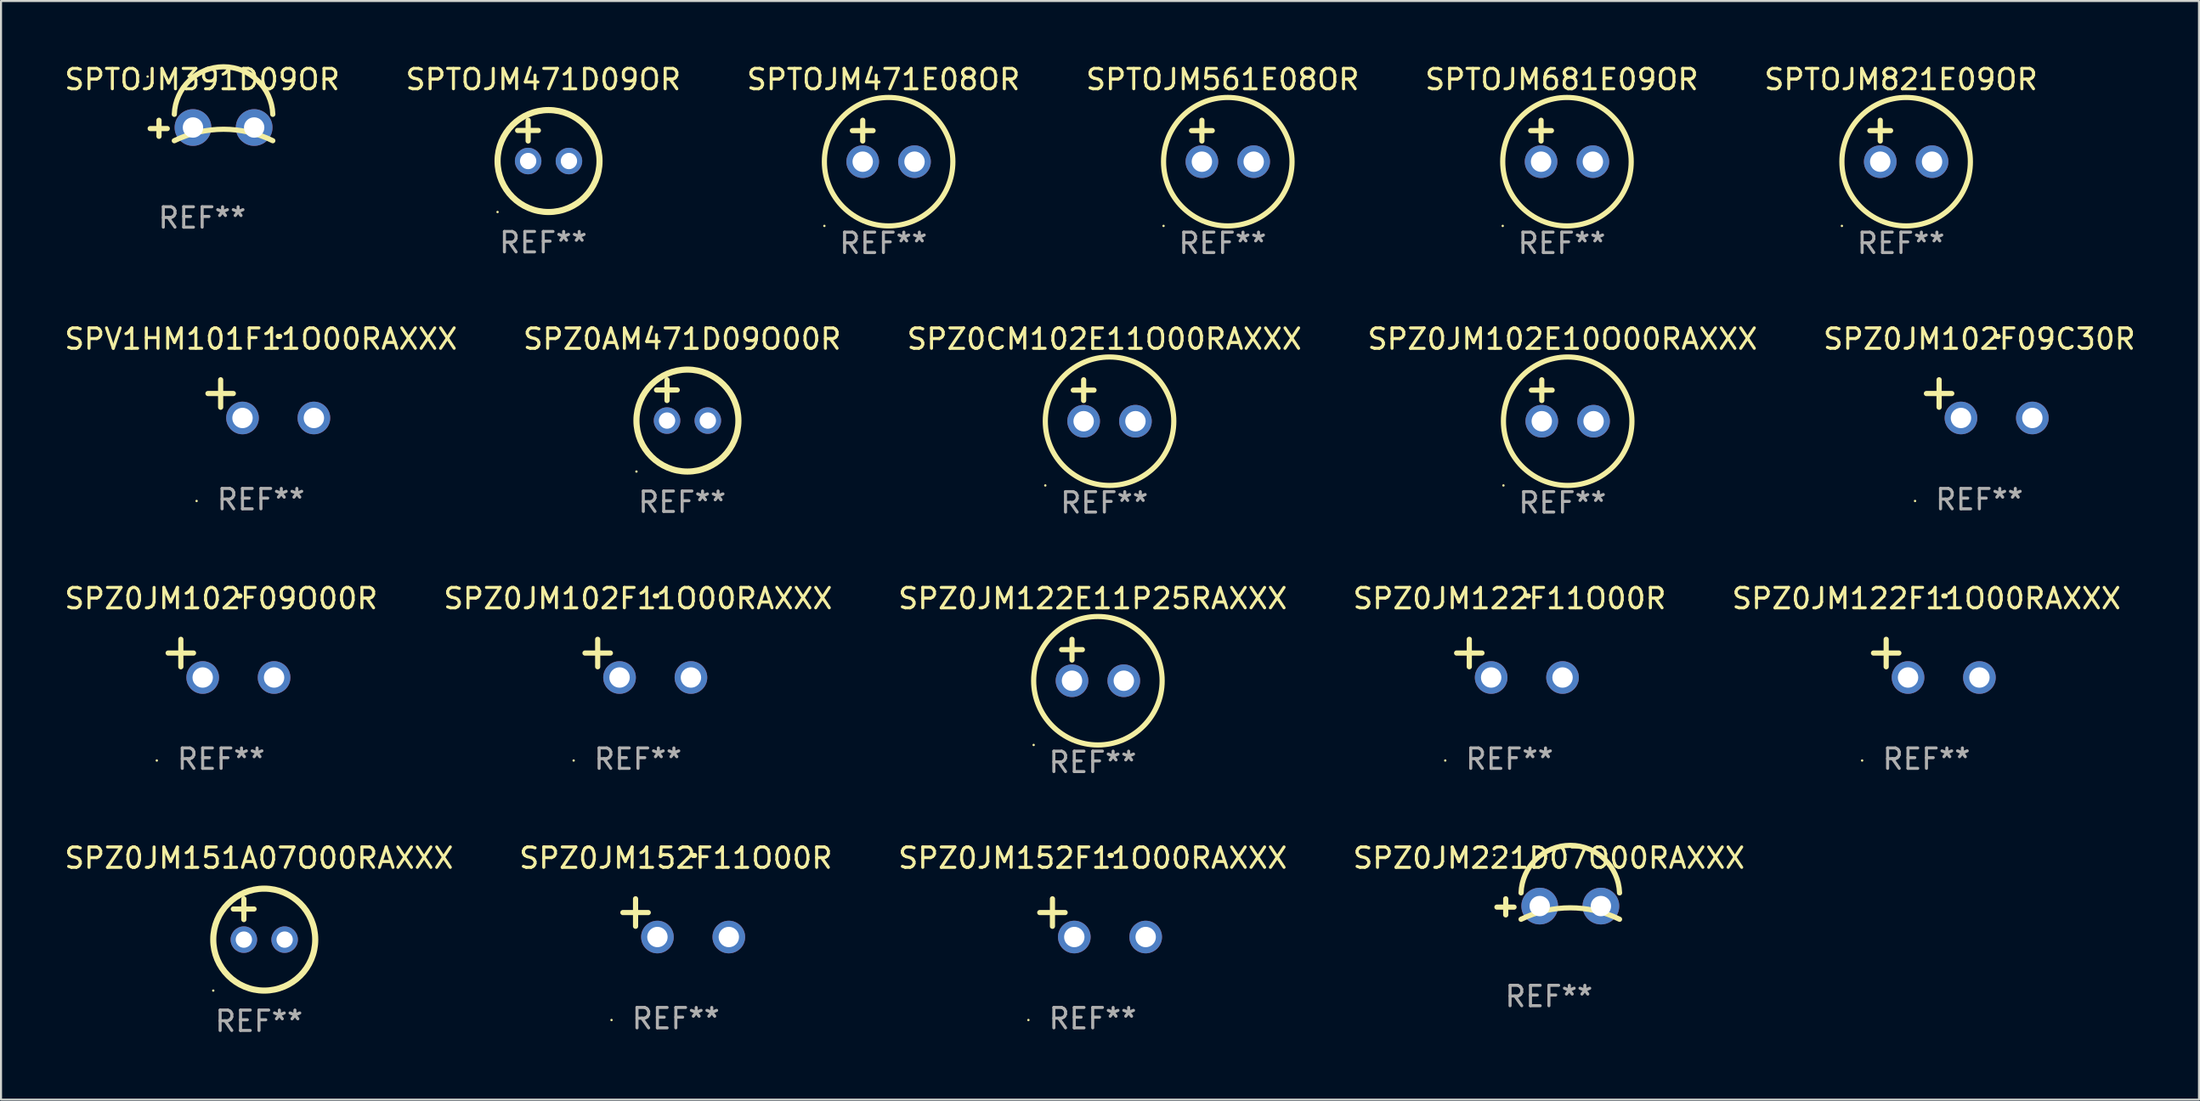
<source format=kicad_pcb>
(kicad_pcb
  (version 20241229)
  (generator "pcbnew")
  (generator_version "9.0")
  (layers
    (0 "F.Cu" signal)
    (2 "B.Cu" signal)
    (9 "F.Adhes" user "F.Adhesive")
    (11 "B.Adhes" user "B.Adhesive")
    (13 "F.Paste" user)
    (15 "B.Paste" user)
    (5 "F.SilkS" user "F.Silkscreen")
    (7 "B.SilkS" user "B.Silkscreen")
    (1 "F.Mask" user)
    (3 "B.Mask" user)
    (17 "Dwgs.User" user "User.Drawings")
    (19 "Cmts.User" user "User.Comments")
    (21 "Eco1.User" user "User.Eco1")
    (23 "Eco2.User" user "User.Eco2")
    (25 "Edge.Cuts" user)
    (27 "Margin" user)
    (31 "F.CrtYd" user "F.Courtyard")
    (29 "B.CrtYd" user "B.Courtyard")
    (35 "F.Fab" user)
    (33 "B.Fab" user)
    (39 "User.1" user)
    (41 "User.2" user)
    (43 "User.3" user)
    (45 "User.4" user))
  (footprint "SPZ0JM122E11P25RAXXX"
    (layer "F.Cu")
    (at 50.53 29.321)
    (property "Reference" "SPZ0JM122E11P25RAXXX" (at 0 -3.016 0) (layer "F.SilkS") (effects (font (size 1 1) (thickness 0.15))))
    (attr through_hole)
    (fp_line (start -1.524 -0.508) (end -0.508 -0.508) (stroke (width 0.254) (type solid)) (layer "F.SilkS"))
    (fp_line (start -1.016 -1.016) (end -1.016 0) (stroke (width 0.254) (type solid)) (layer "F.SilkS"))
    (fp_circle (center -2.896 4.166) (end -2.866 4.166) (stroke (width 0.06) (type solid)) (fill no) (layer "F.SilkS"))
    (fp_circle (center 0.254 1.016) (end 3.404 1.016) (stroke (width 0.254) (type solid)) (fill no) (layer "F.SilkS"))
    (fp_text user "REF**" (at 0 5.016 0) (layer "F.Fab") (effects (font (size 1 1) (thickness 0.15))))
    (pad "1" thru_hole circle (at -1.016 1.016) (size 1.6 1.6) (drill 1) (layers "*.Cu" "*.Mask"))
    (pad "2" thru_hole circle (at 1.524 1.016) (size 1.6 1.6) (drill 1) (layers "*.Cu" "*.Mask")))
  (footprint "SPZ0JM221D07O00RAXXX"
    (layer "F.Cu")
    (at 72.899 41.427)
    (property "Reference" "SPZ0JM221D07O00RAXXX" (at 0 -2.394 0) (layer "F.SilkS") (effects (font (size 1 1) (thickness 0.15))))
    (attr through_hole)
    (fp_line (start -2.117 0.394) (end -2.117 -0.394) (stroke (width 0.254) (type solid)) (layer "F.SilkS"))
    (fp_line (start -1.711 0.013) (end -2.549 0.013) (stroke (width 0.254) (type solid)) (layer "F.SilkS"))
    (fp_arc (start -1.366193 0.608941) (mid 1.048615 0.047743) (end 3.463424 0.60894) (stroke (width 0.254001) (type solid)) (layer "F.SilkS"))
    (fp_arc (start -1.366192 -0.685141) (mid 1.048616 -3.016259) (end 3.463424 -0.685141) (stroke (width 0.254001) (type solid)) (layer "F.SilkS"))
    (fp_circle (center -2.676 -2.538) (end -2.646 -2.538) (stroke (width 0.06) (type solid)) (fill no) (layer "F.SilkS"))
    (fp_text user "REF**" (at 0 4.394 0) (layer "F.Fab") (effects (font (size 1 1) (thickness 0.15))))
    (pad "1" thru_hole circle (at -0.451 -0.038) (size 1.8 1.8) (drill 1) (layers "*.Cu" "*.Mask"))
    (pad "2" thru_hole circle (at 2.549 -0.038) (size 1.8 1.8) (drill 1) (layers "*.Cu" "*.Mask")))
  (footprint "SPZ0CM102E11O00RAXXX"
    (layer "F.Cu")
    (at 51.101 16.593)
    (property "Reference" "SPZ0CM102E11O00RAXXX" (at 0 -3.016 0) (layer "F.SilkS") (effects (font (size 1 1) (thickness 0.15))))
    (attr through_hole)
    (fp_line (start -1.524 -0.508) (end -0.508 -0.508) (stroke (width 0.254) (type solid)) (layer "F.SilkS"))
    (fp_line (start -1.016 -1.016) (end -1.016 0) (stroke (width 0.254) (type solid)) (layer "F.SilkS"))
    (fp_circle (center -2.896 4.166) (end -2.866 4.166) (stroke (width 0.06) (type solid)) (fill no) (layer "F.SilkS"))
    (fp_circle (center 0.254 1.016) (end 3.404 1.016) (stroke (width 0.254) (type solid)) (fill no) (layer "F.SilkS"))
    (fp_text user "REF**" (at 0 5.016 0) (layer "F.Fab") (effects (font (size 1 1) (thickness 0.15))))
    (pad "1" thru_hole circle (at -1.016 1.016) (size 1.6 1.6) (drill 1) (layers "*.Cu" "*.Mask"))
    (pad "2" thru_hole circle (at 1.524 1.016) (size 1.6 1.6) (drill 1) (layers "*.Cu" "*.Mask")))
  (footprint "SPZ0JM102E10O00RAXXX"
    (layer "F.Cu")
    (at 73.565 16.593)
    (property "Reference" "SPZ0JM102E10O00RAXXX" (at 0 -3.016 0) (layer "F.SilkS") (effects (font (size 1 1) (thickness 0.15))))
    (attr through_hole)
    (fp_line (start -1.524 -0.508) (end -0.508 -0.508) (stroke (width 0.254) (type solid)) (layer "F.SilkS"))
    (fp_line (start -1.016 -1.016) (end -1.016 0) (stroke (width 0.254) (type solid)) (layer "F.SilkS"))
    (fp_circle (center -2.896 4.166) (end -2.866 4.166) (stroke (width 0.06) (type solid)) (fill no) (layer "F.SilkS"))
    (fp_circle (center 0.254 1.016) (end 3.404 1.016) (stroke (width 0.254) (type solid)) (fill no) (layer "F.SilkS"))
    (fp_text user "REF**" (at 0 5.016 0) (layer "F.Fab") (effects (font (size 1 1) (thickness 0.15))))
    (pad "1" thru_hole circle (at -1.016 1.016) (size 1.6 1.6) (drill 1) (layers "*.Cu" "*.Mask"))
    (pad "2" thru_hole circle (at 1.524 1.016) (size 1.6 1.6) (drill 1) (layers "*.Cu" "*.Mask")))
  (footprint "SPTOJM681E09OR"
    (layer "F.Cu")
    (at 73.53 3.864)
    (property "Reference" "SPTOJM681E09OR" (at 0 -3.016 0) (layer "F.SilkS") (effects (font (size 1 1) (thickness 0.15))))
    (attr through_hole)
    (fp_line (start -1.524 -0.508) (end -0.508 -0.508) (stroke (width 0.254) (type solid)) (layer "F.SilkS"))
    (fp_line (start -1.016 -1.016) (end -1.016 0) (stroke (width 0.254) (type solid)) (layer "F.SilkS"))
    (fp_circle (center -2.896 4.166) (end -2.866 4.166) (stroke (width 0.06) (type solid)) (fill no) (layer "F.SilkS"))
    (fp_circle (center 0.254 1.016) (end 3.404 1.016) (stroke (width 0.254) (type solid)) (fill no) (layer "F.SilkS"))
    (fp_text user "REF**" (at 0 5.016 0) (layer "F.Fab") (effects (font (size 1 1) (thickness 0.15))))
    (pad "1" thru_hole circle (at -1.016 1.016) (size 1.6 1.6) (drill 1) (layers "*.Cu" "*.Mask"))
    (pad "2" thru_hole circle (at 1.524 1.016) (size 1.6 1.6) (drill 1) (layers "*.Cu" "*.Mask")))
  (footprint "SPZ0JM102F09C30R"
    (layer "F.Cu")
    (at 94.006 16.513)
    (property "Reference" "SPZ0JM102F09C30R" (at 0 -2.937 0) (layer "F.SilkS") (effects (font (size 1 1) (thickness 0.15))))
    (attr through_hole)
    (fp_line (start -1.975 0.41) (end -1.975 -0.937) (stroke (width 0.254) (type solid)) (layer "F.SilkS"))
    (fp_line (start -1.353 -0.263) (end -2.597 -0.263) (stroke (width 0.254) (type solid)) (layer "F.SilkS"))
    (fp_arc (start 0.849809 -3.063957) (mid 0.885369 -3.064114) (end 0.920929 -3.063957) (stroke (width 0.254001) (type solid)) (layer "F.SilkS"))
    (fp_circle (center -3.154 5.008) (end -3.124 5.008) (stroke (width 0.06) (type solid)) (fill no) (layer "F.SilkS"))
    (fp_text user "REF**" (at 0 4.937 0) (layer "F.Fab") (effects (font (size 1 1) (thickness 0.15))))
    (pad "1" thru_hole circle (at -0.903 0.937) (size 1.6 1.6) (drill 1) (layers "*.Cu" "*.Mask"))
    (pad "2" thru_hole circle (at 2.597 0.937) (size 1.6 1.6) (drill 1) (layers "*.Cu" "*.Mask")))
  (footprint "SPZ0JM122F11O00RAXXX"
    (layer "F.Cu")
    (at 91.411 29.242)
    (property "Reference" "SPZ0JM122F11O00RAXXX" (at 0 -2.937 0) (layer "F.SilkS") (effects (font (size 1 1) (thickness 0.15))))
    (attr through_hole)
    (fp_line (start -1.975 0.41) (end -1.975 -0.937) (stroke (width 0.254) (type solid)) (layer "F.SilkS"))
    (fp_line (start -1.353 -0.263) (end -2.597 -0.263) (stroke (width 0.254) (type solid)) (layer "F.SilkS"))
    (fp_arc (start 0.849809 -3.063957) (mid 0.885369 -3.064114) (end 0.920929 -3.063957) (stroke (width 0.254001) (type solid)) (layer "F.SilkS"))
    (fp_circle (center -3.154 5.008) (end -3.124 5.008) (stroke (width 0.06) (type solid)) (fill no) (layer "F.SilkS"))
    (fp_text user "REF**" (at 0 4.937 0) (layer "F.Fab") (effects (font (size 1 1) (thickness 0.15))))
    (pad "1" thru_hole circle (at -0.903 0.937) (size 1.6 1.6) (drill 1) (layers "*.Cu" "*.Mask"))
    (pad "2" thru_hole circle (at 2.597 0.937) (size 1.6 1.6) (drill 1) (layers "*.Cu" "*.Mask")))
  (footprint "SPZ0JM152F11O00RAXXX"
    (layer "F.Cu")
    (at 50.53 41.97)
    (property "Reference" "SPZ0JM152F11O00RAXXX" (at 0 -2.937 0) (layer "F.SilkS") (effects (font (size 1 1) (thickness 0.15))))
    (attr through_hole)
    (fp_line (start -1.975 0.41) (end -1.975 -0.937) (stroke (width 0.254) (type solid)) (layer "F.SilkS"))
    (fp_line (start -1.353 -0.263) (end -2.597 -0.263) (stroke (width 0.254) (type solid)) (layer "F.SilkS"))
    (fp_arc (start 0.849809 -3.063957) (mid 0.885369 -3.064114) (end 0.920929 -3.063957) (stroke (width 0.254001) (type solid)) (layer "F.SilkS"))
    (fp_circle (center -3.154 5.008) (end -3.124 5.008) (stroke (width 0.06) (type solid)) (fill no) (layer "F.SilkS"))
    (fp_text user "REF**" (at 0 4.937 0) (layer "F.Fab") (effects (font (size 1 1) (thickness 0.15))))
    (pad "1" thru_hole circle (at -0.903 0.937) (size 1.6 1.6) (drill 1) (layers "*.Cu" "*.Mask"))
    (pad "2" thru_hole circle (at 2.597 0.937) (size 1.6 1.6) (drill 1) (layers "*.Cu" "*.Mask")))
  (footprint "SPZ0JM122F11O00R"
    (layer "F.Cu")
    (at 70.97 29.242)
    (property "Reference" "SPZ0JM122F11O00R" (at 0 -2.937 0) (layer "F.SilkS") (effects (font (size 1 1) (thickness 0.15))))
    (attr through_hole)
    (fp_line (start -1.975 0.41) (end -1.975 -0.937) (stroke (width 0.254) (type solid)) (layer "F.SilkS"))
    (fp_line (start -1.353 -0.263) (end -2.597 -0.263) (stroke (width 0.254) (type solid)) (layer "F.SilkS"))
    (fp_arc (start 0.849809 -3.063957) (mid 0.885369 -3.064114) (end 0.920929 -3.063957) (stroke (width 0.254001) (type solid)) (layer "F.SilkS"))
    (fp_circle (center -3.154 5.008) (end -3.124 5.008) (stroke (width 0.06) (type solid)) (fill no) (layer "F.SilkS"))
    (fp_text user "REF**" (at 0 4.937 0) (layer "F.Fab") (effects (font (size 1 1) (thickness 0.15))))
    (pad "1" thru_hole circle (at -0.903 0.937) (size 1.6 1.6) (drill 1) (layers "*.Cu" "*.Mask"))
    (pad "2" thru_hole circle (at 2.597 0.937) (size 1.6 1.6) (drill 1) (layers "*.Cu" "*.Mask")))
  (footprint "SPTOJM471D09OR"
    (layer "F.Cu")
    (at 23.589 3.848)
    (property "Reference" "SPTOJM471D09OR" (at 0 -3 0) (layer "F.SilkS") (effects (font (size 1 1) (thickness 0.15))))
    (attr through_hole)
    (fp_line (start -1.258 -0.5) (end -0.242 -0.5) (stroke (width 0.254) (type solid)) (layer "F.SilkS"))
    (fp_line (start -0.742 -1) (end -0.742 0.016) (stroke (width 0.254) (type solid)) (layer "F.SilkS"))
    (fp_circle (center -2.242 3.5) (end -2.212 3.5) (stroke (width 0.06) (type solid)) (fill no) (layer "F.SilkS"))
    (fp_circle (center 0.258 1) (end 2.758 1) (stroke (width 0.3) (type solid)) (fill no) (layer "F.SilkS"))
    (fp_text user "REF**" (at 0 5 0) (layer "F.Fab") (effects (font (size 1 1) (thickness 0.15))))
    (pad "1" thru_hole circle (at -0.742 1) (size 1.3 1.3) (drill 0.8) (layers "*.Cu" "*.Mask"))
    (pad "2" thru_hole circle (at 1.258 1) (size 1.3 1.3) (drill 0.8) (layers "*.Cu" "*.Mask")))
  (footprint "SPZ0JM102F11O00RAXXX"
    (layer "F.Cu")
    (at 28.232 29.242)
    (property "Reference" "SPZ0JM102F11O00RAXXX" (at 0 -2.937 0) (layer "F.SilkS") (effects (font (size 1 1) (thickness 0.15))))
    (attr through_hole)
    (fp_line (start -1.975 0.41) (end -1.975 -0.937) (stroke (width 0.254) (type solid)) (layer "F.SilkS"))
    (fp_line (start -1.353 -0.263) (end -2.597 -0.263) (stroke (width 0.254) (type solid)) (layer "F.SilkS"))
    (fp_arc (start 0.849809 -3.063957) (mid 0.885369 -3.064114) (end 0.920929 -3.063957) (stroke (width 0.254001) (type solid)) (layer "F.SilkS"))
    (fp_circle (center -3.154 5.008) (end -3.124 5.008) (stroke (width 0.06) (type solid)) (fill no) (layer "F.SilkS"))
    (fp_text user "REF**" (at 0 4.937 0) (layer "F.Fab") (effects (font (size 1 1) (thickness 0.15))))
    (pad "1" thru_hole circle (at -0.903 0.937) (size 1.6 1.6) (drill 1) (layers "*.Cu" "*.Mask"))
    (pad "2" thru_hole circle (at 2.597 0.937) (size 1.6 1.6) (drill 1) (layers "*.Cu" "*.Mask")))
  (footprint "SPZ0JM102F09O00R"
    (layer "F.Cu")
    (at 7.792 29.242)
    (property "Reference" "SPZ0JM102F09O00R" (at 0 -2.937 0) (layer "F.SilkS") (effects (font (size 1 1) (thickness 0.15))))
    (attr through_hole)
    (fp_line (start -1.975 0.41) (end -1.975 -0.937) (stroke (width 0.254) (type solid)) (layer "F.SilkS"))
    (fp_line (start -1.353 -0.263) (end -2.597 -0.263) (stroke (width 0.254) (type solid)) (layer "F.SilkS"))
    (fp_arc (start 0.849809 -3.063957) (mid 0.885369 -3.064114) (end 0.920929 -3.063957) (stroke (width 0.254001) (type solid)) (layer "F.SilkS"))
    (fp_circle (center -3.154 5.008) (end -3.124 5.008) (stroke (width 0.06) (type solid)) (fill no) (layer "F.SilkS"))
    (fp_text user "REF**" (at 0 4.937 0) (layer "F.Fab") (effects (font (size 1 1) (thickness 0.15))))
    (pad "1" thru_hole circle (at -0.903 0.937) (size 1.6 1.6) (drill 1) (layers "*.Cu" "*.Mask"))
    (pad "2" thru_hole circle (at 2.597 0.937) (size 1.6 1.6) (drill 1) (layers "*.Cu" "*.Mask")))
  (footprint "SPTOJM821E09OR"
    (layer "F.Cu")
    (at 90.161 3.864)
    (property "Reference" "SPTOJM821E09OR" (at 0 -3.016 0) (layer "F.SilkS") (effects (font (size 1 1) (thickness 0.15))))
    (attr through_hole)
    (fp_line (start -1.524 -0.508) (end -0.508 -0.508) (stroke (width 0.254) (type solid)) (layer "F.SilkS"))
    (fp_line (start -1.016 -1.016) (end -1.016 0) (stroke (width 0.254) (type solid)) (layer "F.SilkS"))
    (fp_circle (center -2.896 4.166) (end -2.866 4.166) (stroke (width 0.06) (type solid)) (fill no) (layer "F.SilkS"))
    (fp_circle (center 0.254 1.016) (end 3.404 1.016) (stroke (width 0.254) (type solid)) (fill no) (layer "F.SilkS"))
    (fp_text user "REF**" (at 0 5.016 0) (layer "F.Fab") (effects (font (size 1 1) (thickness 0.15))))
    (pad "1" thru_hole circle (at -1.016 1.016) (size 1.6 1.6) (drill 1) (layers "*.Cu" "*.Mask"))
    (pad "2" thru_hole circle (at 1.524 1.016) (size 1.6 1.6) (drill 1) (layers "*.Cu" "*.Mask")))
  (footprint "SPTOJM561E08OR"
    (layer "F.Cu")
    (at 56.899 3.864)
    (property "Reference" "SPTOJM561E08OR" (at 0 -3.016 0) (layer "F.SilkS") (effects (font (size 1 1) (thickness 0.15))))
    (attr through_hole)
    (fp_line (start -1.524 -0.508) (end -0.508 -0.508) (stroke (width 0.254) (type solid)) (layer "F.SilkS"))
    (fp_line (start -1.016 -1.016) (end -1.016 0) (stroke (width 0.254) (type solid)) (layer "F.SilkS"))
    (fp_circle (center -2.896 4.166) (end -2.866 4.166) (stroke (width 0.06) (type solid)) (fill no) (layer "F.SilkS"))
    (fp_circle (center 0.254 1.016) (end 3.404 1.016) (stroke (width 0.254) (type solid)) (fill no) (layer "F.SilkS"))
    (fp_text user "REF**" (at 0 5.016 0) (layer "F.Fab") (effects (font (size 1 1) (thickness 0.15))))
    (pad "1" thru_hole circle (at -1.016 1.016) (size 1.6 1.6) (drill 1) (layers "*.Cu" "*.Mask"))
    (pad "2" thru_hole circle (at 1.524 1.016) (size 1.6 1.6) (drill 1) (layers "*.Cu" "*.Mask")))
  (footprint "SPZ0AM471D09O00R"
    (layer "F.Cu")
    (at 30.399 16.577)
    (property "Reference" "SPZ0AM471D09O00R" (at 0 -3 0) (layer "F.SilkS") (effects (font (size 1 1) (thickness 0.15))))
    (attr through_hole)
    (fp_line (start -1.258 -0.5) (end -0.242 -0.5) (stroke (width 0.254) (type solid)) (layer "F.SilkS"))
    (fp_line (start -0.742 -1) (end -0.742 0.016) (stroke (width 0.254) (type solid)) (layer "F.SilkS"))
    (fp_circle (center -2.242 3.5) (end -2.212 3.5) (stroke (width 0.06) (type solid)) (fill no) (layer "F.SilkS"))
    (fp_circle (center 0.258 1) (end 2.758 1) (stroke (width 0.3) (type solid)) (fill no) (layer "F.SilkS"))
    (fp_text user "REF**" (at 0 5 0) (layer "F.Fab") (effects (font (size 1 1) (thickness 0.15))))
    (pad "1" thru_hole circle (at -0.742 1) (size 1.3 1.3) (drill 0.8) (layers "*.Cu" "*.Mask"))
    (pad "2" thru_hole circle (at 1.258 1) (size 1.3 1.3) (drill 0.8) (layers "*.Cu" "*.Mask")))
  (footprint "SPZ0JM151A07O00RAXXX"
    (layer "F.Cu")
    (at 9.649 42.034)
    (property "Reference" "SPZ0JM151A07O00RAXXX" (at 0 -3 0) (layer "F.SilkS") (effects (font (size 1 1) (thickness 0.15))))
    (attr through_hole)
    (fp_line (start -1.258 -0.5) (end -0.242 -0.5) (stroke (width 0.254) (type solid)) (layer "F.SilkS"))
    (fp_line (start -0.742 -1) (end -0.742 0.016) (stroke (width 0.254) (type solid)) (layer "F.SilkS"))
    (fp_circle (center -2.242 3.5) (end -2.212 3.5) (stroke (width 0.06) (type solid)) (fill no) (layer "F.SilkS"))
    (fp_circle (center 0.258 1) (end 2.758 1) (stroke (width 0.3) (type solid)) (fill no) (layer "F.SilkS"))
    (fp_text user "REF**" (at 0 5 0) (layer "F.Fab") (effects (font (size 1 1) (thickness 0.15))))
    (pad "1" thru_hole circle (at -0.742 1) (size 1.3 1.3) (drill 0.8) (layers "*.Cu" "*.Mask"))
    (pad "2" thru_hole circle (at 1.258 1) (size 1.3 1.3) (drill 0.8) (layers "*.Cu" "*.Mask")))
  (footprint "SPV1HM101F11O00RAXXX"
    (layer "F.Cu")
    (at 9.744 16.513)
    (property "Reference" "SPV1HM101F11O00RAXXX" (at 0 -2.937 0) (layer "F.SilkS") (effects (font (size 1 1) (thickness 0.15))))
    (attr through_hole)
    (fp_line (start -1.975 0.41) (end -1.975 -0.937) (stroke (width 0.254) (type solid)) (layer "F.SilkS"))
    (fp_line (start -1.353 -0.263) (end -2.597 -0.263) (stroke (width 0.254) (type solid)) (layer "F.SilkS"))
    (fp_arc (start 0.849809 -3.063957) (mid 0.885369 -3.064114) (end 0.920929 -3.063957) (stroke (width 0.254001) (type solid)) (layer "F.SilkS"))
    (fp_circle (center -3.154 5.008) (end -3.124 5.008) (stroke (width 0.06) (type solid)) (fill no) (layer "F.SilkS"))
    (fp_text user "REF**" (at 0 4.937 0) (layer "F.Fab") (effects (font (size 1 1) (thickness 0.15))))
    (pad "1" thru_hole circle (at -0.903 0.937) (size 1.6 1.6) (drill 1) (layers "*.Cu" "*.Mask"))
    (pad "2" thru_hole circle (at 2.597 0.937) (size 1.6 1.6) (drill 1) (layers "*.Cu" "*.Mask")))
  (footprint "SPZ0JM152F11O00R"
    (layer "F.Cu")
    (at 30.089 41.97)
    (property "Reference" "SPZ0JM152F11O00R" (at 0 -2.937 0) (layer "F.SilkS") (effects (font (size 1 1) (thickness 0.15))))
    (attr through_hole)
    (fp_line (start -1.975 0.41) (end -1.975 -0.937) (stroke (width 0.254) (type solid)) (layer "F.SilkS"))
    (fp_line (start -1.353 -0.263) (end -2.597 -0.263) (stroke (width 0.254) (type solid)) (layer "F.SilkS"))
    (fp_arc (start 0.849809 -3.063957) (mid 0.885369 -3.064114) (end 0.920929 -3.063957) (stroke (width 0.254001) (type solid)) (layer "F.SilkS"))
    (fp_circle (center -3.154 5.008) (end -3.124 5.008) (stroke (width 0.06) (type solid)) (fill no) (layer "F.SilkS"))
    (fp_text user "REF**" (at 0 4.937 0) (layer "F.Fab") (effects (font (size 1 1) (thickness 0.15))))
    (pad "1" thru_hole circle (at -0.903 0.937) (size 1.6 1.6) (drill 1) (layers "*.Cu" "*.Mask"))
    (pad "2" thru_hole circle (at 2.597 0.937) (size 1.6 1.6) (drill 1) (layers "*.Cu" "*.Mask")))
  (footprint "SPTOJM471E08OR"
    (layer "F.Cu")
    (at 40.268 3.864)
    (property "Reference" "SPTOJM471E08OR" (at 0 -3.016 0) (layer "F.SilkS") (effects (font (size 1 1) (thickness 0.15))))
    (attr through_hole)
    (fp_line (start -1.524 -0.508) (end -0.508 -0.508) (stroke (width 0.254) (type solid)) (layer "F.SilkS"))
    (fp_line (start -1.016 -1.016) (end -1.016 0) (stroke (width 0.254) (type solid)) (layer "F.SilkS"))
    (fp_circle (center -2.896 4.166) (end -2.866 4.166) (stroke (width 0.06) (type solid)) (fill no) (layer "F.SilkS"))
    (fp_circle (center 0.254 1.016) (end 3.404 1.016) (stroke (width 0.254) (type solid)) (fill no) (layer "F.SilkS"))
    (fp_text user "REF**" (at 0 5.016 0) (layer "F.Fab") (effects (font (size 1 1) (thickness 0.15))))
    (pad "1" thru_hole circle (at -1.016 1.016) (size 1.6 1.6) (drill 1) (layers "*.Cu" "*.Mask"))
    (pad "2" thru_hole circle (at 1.524 1.016) (size 1.6 1.6) (drill 1) (layers "*.Cu" "*.Mask")))
  (footprint "SPTOJM391D09OR"
    (layer "F.Cu")
    (at 6.863 3.242)
    (property "Reference" "SPTOJM391D09OR" (at 0 -2.394 0) (layer "F.SilkS") (effects (font (size 1 1) (thickness 0.15))))
    (attr through_hole)
    (fp_line (start -2.117 0.394) (end -2.117 -0.394) (stroke (width 0.254) (type solid)) (layer "F.SilkS"))
    (fp_line (start -1.711 0.013) (end -2.549 0.013) (stroke (width 0.254) (type solid)) (layer "F.SilkS"))
    (fp_arc (start -1.366193 0.608941) (mid 1.048615 0.047743) (end 3.463424 0.60894) (stroke (width 0.254001) (type solid)) (layer "F.SilkS"))
    (fp_arc (start -1.366192 -0.685141) (mid 1.048616 -3.016259) (end 3.463424 -0.685141) (stroke (width 0.254001) (type solid)) (layer "F.SilkS"))
    (fp_circle (center -2.676 -2.538) (end -2.646 -2.538) (stroke (width 0.06) (type solid)) (fill no) (layer "F.SilkS"))
    (fp_text user "REF**" (at 0 4.394 0) (layer "F.Fab") (effects (font (size 1 1) (thickness 0.15))))
    (pad "1" thru_hole circle (at -0.451 -0.038) (size 1.8 1.8) (drill 1) (layers "*.Cu" "*.Mask"))
    (pad "2" thru_hole circle (at 2.549 -0.038) (size 1.8 1.8) (drill 1) (layers "*.Cu" "*.Mask")))
  (gr_rect
    (start -3 -3)
    (end 104.774 50.882)
    (stroke (width 0.1) (type default))
    (fill no)
    (layer "Edge.Cuts")))
</source>
